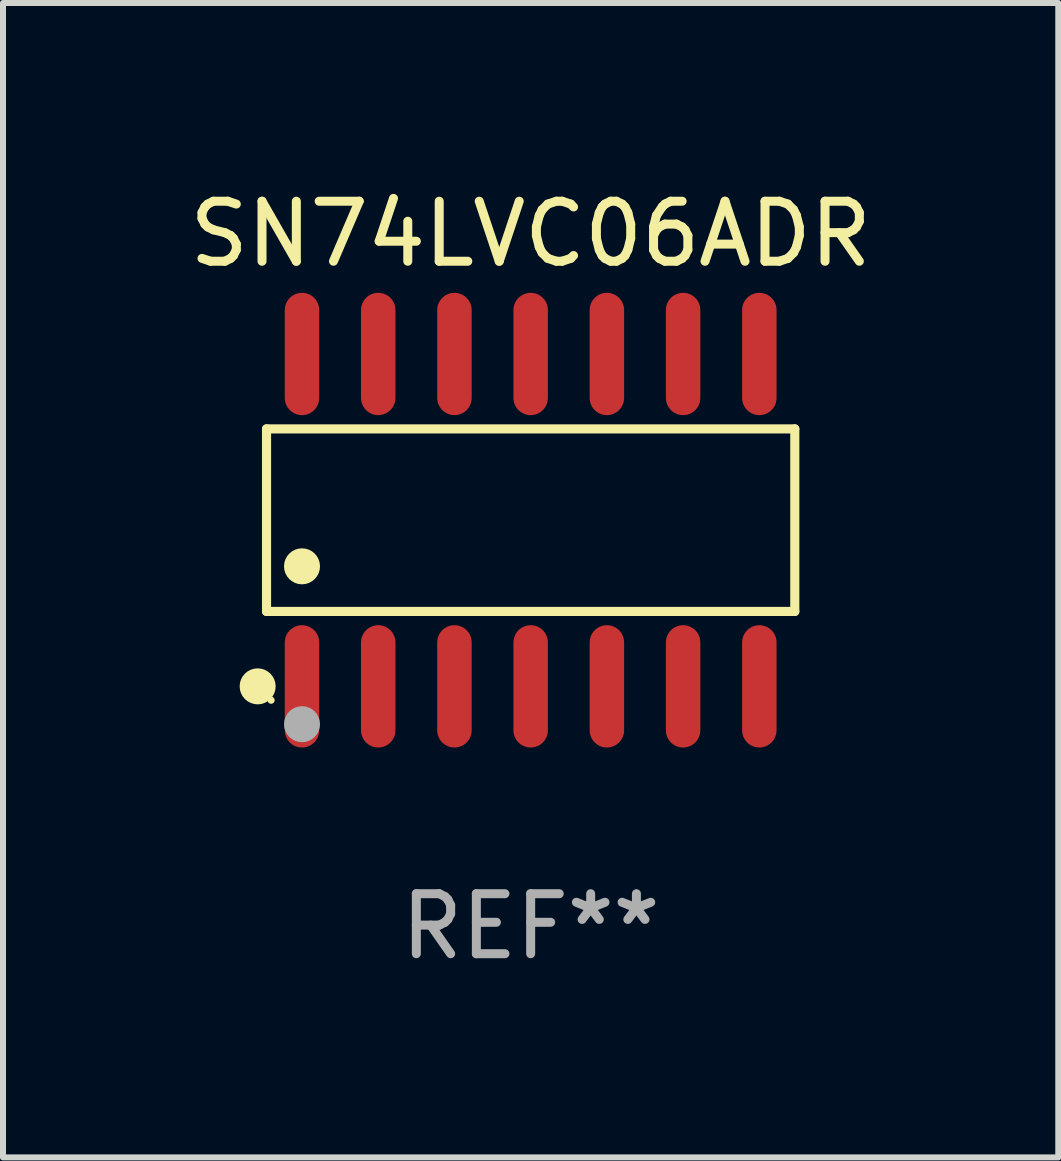
<source format=kicad_pcb>
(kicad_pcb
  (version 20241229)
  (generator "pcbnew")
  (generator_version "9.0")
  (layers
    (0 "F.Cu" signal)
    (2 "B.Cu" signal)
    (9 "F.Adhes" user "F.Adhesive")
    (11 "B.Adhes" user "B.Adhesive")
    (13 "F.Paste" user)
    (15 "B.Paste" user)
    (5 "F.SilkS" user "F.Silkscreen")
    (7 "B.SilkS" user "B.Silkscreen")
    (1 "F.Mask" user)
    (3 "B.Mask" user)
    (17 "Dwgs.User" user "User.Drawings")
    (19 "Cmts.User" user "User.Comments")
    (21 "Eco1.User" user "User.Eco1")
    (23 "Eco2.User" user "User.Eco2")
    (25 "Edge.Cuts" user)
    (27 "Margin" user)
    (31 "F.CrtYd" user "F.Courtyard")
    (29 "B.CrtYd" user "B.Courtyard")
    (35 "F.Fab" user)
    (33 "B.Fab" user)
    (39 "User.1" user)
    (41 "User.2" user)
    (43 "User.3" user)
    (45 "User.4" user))
  (footprint "SN74LVC06ADR"
    (layer "F.Cu")
    (at 5.792 5.617)
    (property "Reference" "SN74LVC06ADR" (at 0 -4.769 0) (layer "F.SilkS") (effects (font (size 1 1) (thickness 0.15))))
    (attr through_hole)
    (fp_line (start -4.401 -1.521) (end 4.401 -1.521) (stroke (width 0.152) (type solid)) (layer "F.SilkS"))
    (fp_line (start -4.401 1.521) (end -4.401 -1.521) (stroke (width 0.152) (type solid)) (layer "F.SilkS"))
    (fp_line (start 4.401 -1.521) (end 4.401 1.521) (stroke (width 0.152) (type solid)) (layer "F.SilkS"))
    (fp_line (start 4.401 1.521) (end -4.401 1.521) (stroke (width 0.152) (type solid)) (layer "F.SilkS"))
    (fp_circle (center -4.549 2.769) (end -4.399 2.769) (stroke (width 0.3) (type solid)) (fill no) (layer "F.SilkS"))
    (fp_circle (center -4.325 3) (end -4.295 3) (stroke (width 0.06) (type solid)) (fill no) (layer "F.SilkS"))
    (fp_circle (center -3.81 0.769) (end -3.66 0.769) (stroke (width 0.3) (type solid)) (fill no) (layer "F.SilkS"))
    (fp_circle (center -3.81 3.4) (end -3.66 3.4) (stroke (width 0.3) (type solid)) (fill no) (layer "F.Fab"))
    (fp_text user "REF**" (at 0 6.769 0) (layer "F.Fab") (effects (font (size 1 1) (thickness 0.15))))
    (pad "1" smd oval (at -3.81 2.769) (size 0.574 2.038) (layers "F.Cu" "F.Mask" "F.Paste"))
    (pad "2" smd oval (at -2.54 2.769) (size 0.574 2.038) (layers "F.Cu" "F.Mask" "F.Paste"))
    (pad "3" smd oval (at -1.27 2.769) (size 0.574 2.038) (layers "F.Cu" "F.Mask" "F.Paste"))
    (pad "4" smd oval (at 0 2.769) (size 0.574 2.038) (layers "F.Cu" "F.Mask" "F.Paste"))
    (pad "5" smd oval (at 1.27 2.769) (size 0.574 2.038) (layers "F.Cu" "F.Mask" "F.Paste"))
    (pad "6" smd oval (at 2.54 2.769) (size 0.574 2.038) (layers "F.Cu" "F.Mask" "F.Paste"))
    (pad "7" smd oval (at 3.81 2.769) (size 0.574 2.038) (layers "F.Cu" "F.Mask" "F.Paste"))
    (pad "8" smd oval (at 3.81 -2.769) (size 0.574 2.038) (layers "F.Cu" "F.Mask" "F.Paste"))
    (pad "9" smd oval (at 2.54 -2.769) (size 0.574 2.038) (layers "F.Cu" "F.Mask" "F.Paste"))
    (pad "10" smd oval (at 1.27 -2.769) (size 0.574 2.038) (layers "F.Cu" "F.Mask" "F.Paste"))
    (pad "11" smd oval (at 0 -2.769) (size 0.574 2.038) (layers "F.Cu" "F.Mask" "F.Paste"))
    (pad "12" smd oval (at -1.27 -2.769) (size 0.574 2.038) (layers "F.Cu" "F.Mask" "F.Paste"))
    (pad "13" smd oval (at -2.54 -2.769) (size 0.574 2.038) (layers "F.Cu" "F.Mask" "F.Paste"))
    (pad "14" smd oval (at -3.81 -2.769) (size 0.574 2.038) (layers "F.Cu" "F.Mask" "F.Paste")))
  (gr_rect
    (start -3 -3)
    (end 14.583 16.235)
    (stroke (width 0.1) (type default))
    (fill no)
    (layer "Edge.Cuts")))
</source>
